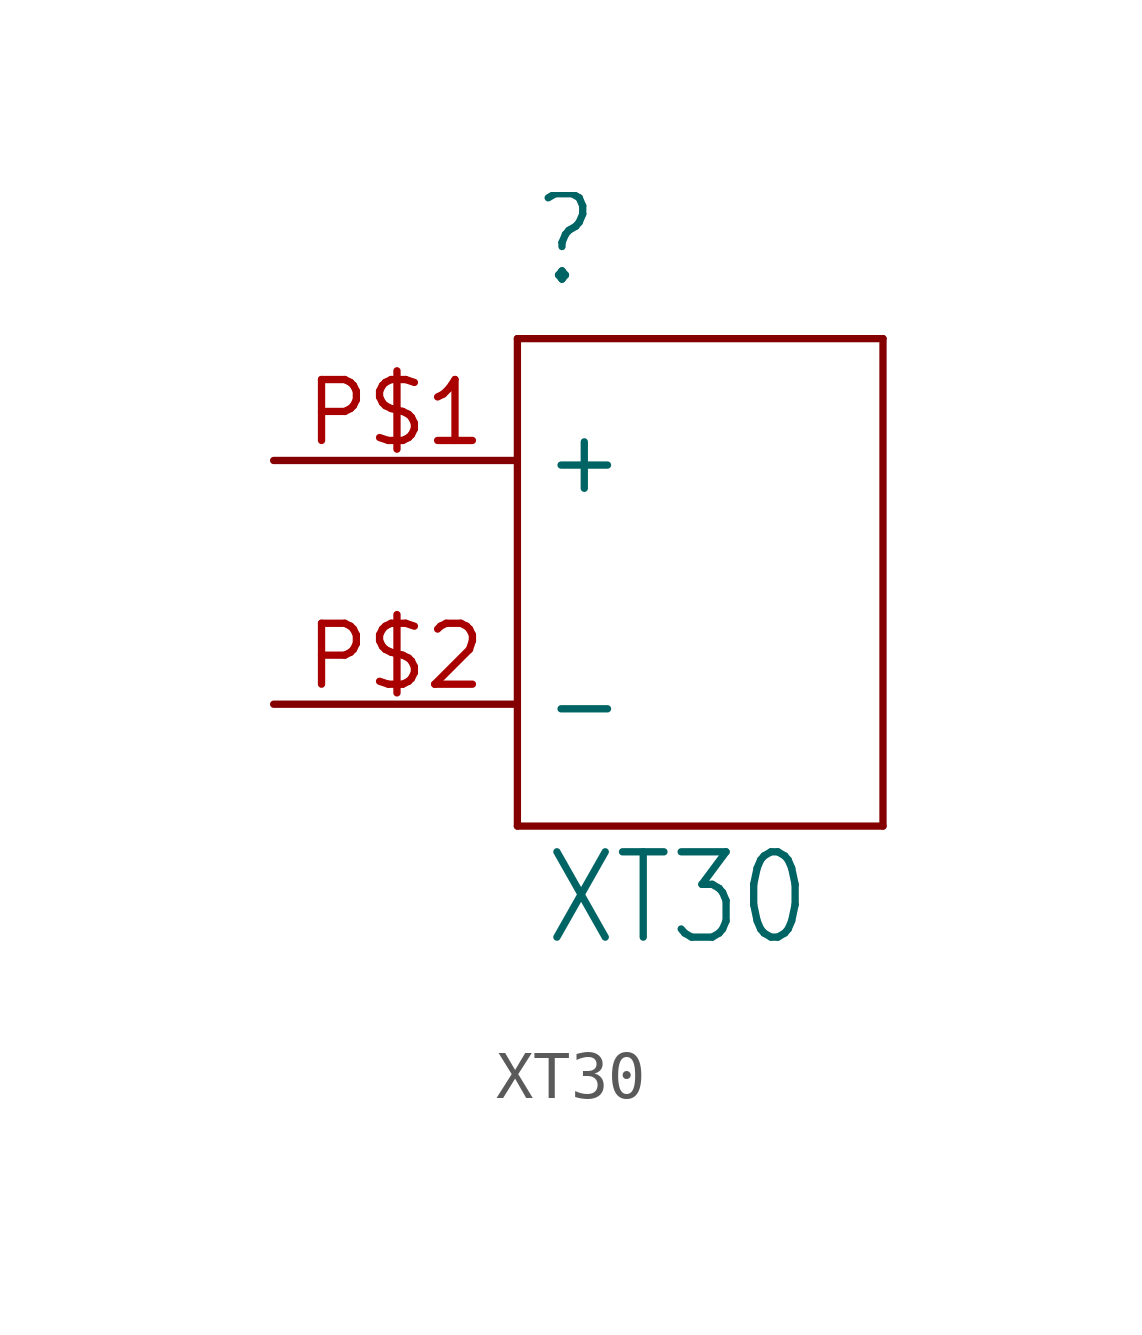
<source format=kicad_sym>
(kicad_symbol_lib
  (version 20211014)
  (generator kicad_symbol_editor)
  (symbol "XT30"
    (property "Reference" ""
      (at 0.254 6.096 0)
      (effects (font (size 1.778 1.511)) (justify left bottom)))
    (property "Value" "XT30"
      (at 0.508 -7.62 0)
      (effects (font (size 1.778 1.511)) (justify left bottom)))
    (property "ki_locked" ""
      (at 0 0 0)
      (effects (font (size 1.27 1.27))))
    (symbol "XT30_1_0"
      (polyline (pts (xy 0 -5.08) (xy 7.62 -5.08)) (stroke (width 0.152) (type default) (color 0 0 0 0)) (fill (type none)))
      (polyline (pts (xy 0 5.08) (xy 0 -5.08)) (stroke (width 0.152) (type default) (color 0 0 0 0)) (fill (type none)))
      (polyline (pts (xy 7.62 -5.08) (xy 7.62 5.08)) (stroke (width 0.152) (type default) (color 0 0 0 0)) (fill (type none)))
      (polyline (pts (xy 7.62 5.08) (xy 0 5.08)) (stroke (width 0.152) (type default) (color 0 0 0 0)) (fill (type none)))
      (pin bidirectional line (at -5.08 2.54 0) (length 5.08) (name "+" (effects (font (size 1.27 1.27)))) (number "P$1" (effects (font (size 1.27 1.27)))))
      (pin bidirectional line (at -5.08 -2.54 0) (length 5.08) (name "-" (effects (font (size 1.27 1.27)))) (number "P$2" (effects (font (size 1.27 1.27))))))))
</source>
